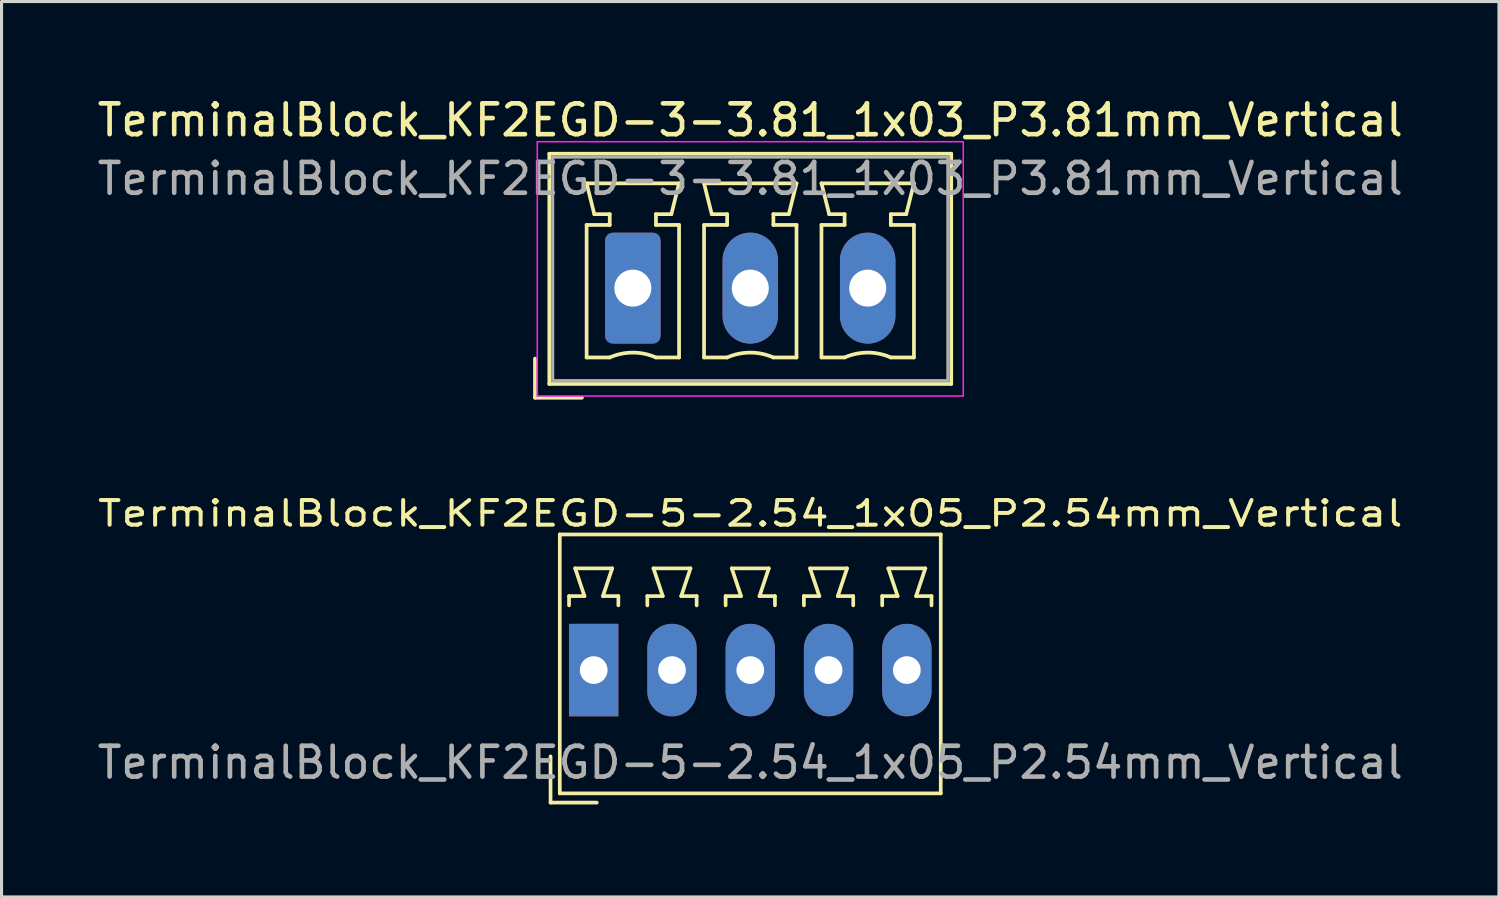
<source format=kicad_pcb>
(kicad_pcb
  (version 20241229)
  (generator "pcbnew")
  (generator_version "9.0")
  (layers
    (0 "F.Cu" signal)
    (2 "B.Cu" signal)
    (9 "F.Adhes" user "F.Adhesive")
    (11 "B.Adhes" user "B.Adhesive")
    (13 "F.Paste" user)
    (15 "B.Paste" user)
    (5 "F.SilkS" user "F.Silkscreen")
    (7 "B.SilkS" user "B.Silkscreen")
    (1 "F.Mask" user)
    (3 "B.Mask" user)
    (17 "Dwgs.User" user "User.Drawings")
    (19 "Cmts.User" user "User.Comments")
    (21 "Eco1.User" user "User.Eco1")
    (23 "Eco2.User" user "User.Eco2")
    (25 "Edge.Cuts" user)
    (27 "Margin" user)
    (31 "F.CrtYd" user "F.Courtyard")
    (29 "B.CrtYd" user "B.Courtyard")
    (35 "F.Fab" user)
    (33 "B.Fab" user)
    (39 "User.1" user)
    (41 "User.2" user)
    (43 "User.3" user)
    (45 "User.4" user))
  (footprint "TerminalBlock_KF2EGD-5-2.54_1x05_P2.54mm_Vertical"
    (layer "F.Cu")
    (at 16.212 18.69)
    (property "Reference" "TerminalBlock_KF2EGD-5-2.54_1x05_P2.54mm_Vertical" (at 5.08 -5.08 0) (layer "F.SilkS") (effects (font (size 0.8 1) (thickness 0.13))))
    (attr through_hole)
    (fp_line (start -1.4 2.8) (end -1.4 4.3) (stroke (width 0.12) (type solid)) (layer "F.SilkS"))
    (fp_line (start -1.4 4.3) (end 0.1 4.3) (stroke (width 0.12) (type solid)) (layer "F.SilkS"))
    (fp_line (start -1.1 -4.4) (end -1.1 4) (stroke (width 0.12) (type solid)) (layer "F.SilkS"))
    (fp_line (start -1.1 4) (end 11.26 4) (stroke (width 0.12) (type solid)) (layer "F.SilkS"))
    (fp_line (start -0.8 -2.4) (end -0.8 -2.1) (stroke (width 0.12) (type solid)) (layer "F.SilkS"))
    (fp_line (start -0.6 -3.3) (end -0.3 -2.4) (stroke (width 0.12) (type solid)) (layer "F.SilkS"))
    (fp_line (start -0.3 -2.4) (end -0.8 -2.4) (stroke (width 0.12) (type solid)) (layer "F.SilkS"))
    (fp_line (start 0.3 -2.4) (end 0.6 -3.3) (stroke (width 0.12) (type solid)) (layer "F.SilkS"))
    (fp_line (start 0.6 -3.3) (end -0.6 -3.3) (stroke (width 0.12) (type solid)) (layer "F.SilkS"))
    (fp_line (start 0.8 -2.4) (end 0.3 -2.4) (stroke (width 0.12) (type solid)) (layer "F.SilkS"))
    (fp_line (start 0.8 -2.1) (end 0.8 -2.4) (stroke (width 0.12) (type solid)) (layer "F.SilkS"))
    (fp_line (start 1.74 -2.4) (end 1.74 -2.1) (stroke (width 0.12) (type solid)) (layer "F.SilkS"))
    (fp_line (start 1.94 -3.3) (end 2.24 -2.4) (stroke (width 0.12) (type solid)) (layer "F.SilkS"))
    (fp_line (start 2.24 -2.4) (end 1.74 -2.4) (stroke (width 0.12) (type solid)) (layer "F.SilkS"))
    (fp_line (start 2.84 -2.4) (end 3.14 -3.3) (stroke (width 0.12) (type solid)) (layer "F.SilkS"))
    (fp_line (start 3.14 -3.3) (end 1.94 -3.3) (stroke (width 0.12) (type solid)) (layer "F.SilkS"))
    (fp_line (start 3.34 -2.4) (end 2.84 -2.4) (stroke (width 0.12) (type solid)) (layer "F.SilkS"))
    (fp_line (start 3.34 -2.1) (end 3.34 -2.4) (stroke (width 0.12) (type solid)) (layer "F.SilkS"))
    (fp_line (start 4.28 -2.4) (end 4.28 -2.1) (stroke (width 0.12) (type solid)) (layer "F.SilkS"))
    (fp_line (start 4.48 -3.3) (end 4.78 -2.4) (stroke (width 0.12) (type solid)) (layer "F.SilkS"))
    (fp_line (start 4.78 -2.4) (end 4.28 -2.4) (stroke (width 0.12) (type solid)) (layer "F.SilkS"))
    (fp_line (start 5.38 -2.4) (end 5.68 -3.3) (stroke (width 0.12) (type solid)) (layer "F.SilkS"))
    (fp_line (start 5.68 -3.3) (end 4.48 -3.3) (stroke (width 0.12) (type solid)) (layer "F.SilkS"))
    (fp_line (start 5.88 -2.4) (end 5.38 -2.4) (stroke (width 0.12) (type solid)) (layer "F.SilkS"))
    (fp_line (start 5.88 -2.1) (end 5.88 -2.4) (stroke (width 0.12) (type solid)) (layer "F.SilkS"))
    (fp_line (start 6.82 -2.4) (end 6.82 -2.1) (stroke (width 0.12) (type solid)) (layer "F.SilkS"))
    (fp_line (start 7.02 -3.3) (end 7.32 -2.4) (stroke (width 0.12) (type solid)) (layer "F.SilkS"))
    (fp_line (start 7.32 -2.4) (end 6.82 -2.4) (stroke (width 0.12) (type solid)) (layer "F.SilkS"))
    (fp_line (start 7.92 -2.4) (end 8.22 -3.3) (stroke (width 0.12) (type solid)) (layer "F.SilkS"))
    (fp_line (start 8.22 -3.3) (end 7.02 -3.3) (stroke (width 0.12) (type solid)) (layer "F.SilkS"))
    (fp_line (start 8.42 -2.4) (end 7.92 -2.4) (stroke (width 0.12) (type solid)) (layer "F.SilkS"))
    (fp_line (start 8.42 -2.1) (end 8.42 -2.4) (stroke (width 0.12) (type solid)) (layer "F.SilkS"))
    (fp_line (start 9.36 -2.4) (end 9.36 -2.1) (stroke (width 0.12) (type solid)) (layer "F.SilkS"))
    (fp_line (start 9.56 -3.3) (end 9.86 -2.4) (stroke (width 0.12) (type solid)) (layer "F.SilkS"))
    (fp_line (start 9.86 -2.4) (end 9.36 -2.4) (stroke (width 0.12) (type solid)) (layer "F.SilkS"))
    (fp_line (start 10.46 -2.4) (end 10.76 -3.3) (stroke (width 0.12) (type solid)) (layer "F.SilkS"))
    (fp_line (start 10.76 -3.3) (end 9.56 -3.3) (stroke (width 0.12) (type solid)) (layer "F.SilkS"))
    (fp_line (start 10.96 -2.4) (end 10.46 -2.4) (stroke (width 0.12) (type solid)) (layer "F.SilkS"))
    (fp_line (start 10.96 -2.1) (end 10.96 -2.4) (stroke (width 0.12) (type solid)) (layer "F.SilkS"))
    (fp_line (start 11.26 -4.4) (end -1.1 -4.4) (stroke (width 0.12) (type solid)) (layer "F.SilkS"))
    (fp_line (start 11.26 4) (end 11.26 -4.4) (stroke (width 0.12) (type solid)) (layer "F.SilkS"))
    (fp_text user "${REFERENCE}" (at 5.08 3 0) (layer "F.Fab") (effects (font (size 1 1) (thickness 0.15))))
    (pad "1" thru_hole rect (at 0 0) (size 1.6 3) (drill 0.9) (layers "*.Cu" "*.Mask"))
    (pad "2" thru_hole oval (at 2.54 0) (size 1.6 3) (drill 0.9) (layers "*.Cu" "*.Mask"))
    (pad "3" thru_hole oval (at 5.08 0) (size 1.6 3) (drill 0.9) (layers "*.Cu" "*.Mask"))
    (pad "4" thru_hole oval (at 7.62 0) (size 1.6 3) (drill 0.9) (layers "*.Cu" "*.Mask"))
    (pad "5" thru_hole oval (at 10.16 0) (size 1.6 3) (drill 0.9) (layers "*.Cu" "*.Mask")))
  (footprint "TerminalBlock_KF2EGD-3-3.81_1x03_P3.81mm_Vertical"
    (layer "F.Cu")
    (at 17.482 6.298)
    (property "Reference" "TerminalBlock_KF2EGD-3-3.81_1x03_P3.81mm_Vertical" (at 3.81 -5.45 0) (layer "F.SilkS") (effects (font (size 1 1) (thickness 0.15))))
    (attr through_hole)
    (fp_line (start -3.175 2.286) (end -3.175 3.556) (stroke (width 0.12) (type solid)) (layer "F.SilkS"))
    (fp_line (start -2.71 -4.36) (end -2.71 3.11) (stroke (width 0.12) (type solid)) (layer "F.SilkS"))
    (fp_line (start -2.71 3.11) (end 10.33 3.11) (stroke (width 0.12) (type solid)) (layer "F.SilkS"))
    (fp_line (start -1.651 3.556) (end -3.175 3.556) (stroke (width 0.12) (type solid)) (layer "F.SilkS"))
    (fp_line (start -1.5 -3.4) (end 1.5 -3.4) (stroke (width 0.12) (type solid)) (layer "F.SilkS"))
    (fp_line (start -1.5 -2.05) (end -0.75 -2.05) (stroke (width 0.12) (type solid)) (layer "F.SilkS"))
    (fp_line (start -1.5 2.25) (end -1.5 -2.05) (stroke (width 0.12) (type solid)) (layer "F.SilkS"))
    (fp_line (start -1.25 -2.4) (end -1.5 -3.4) (stroke (width 0.12) (type solid)) (layer "F.SilkS"))
    (fp_line (start -0.75 -2.4) (end -1.25 -2.4) (stroke (width 0.12) (type solid)) (layer "F.SilkS"))
    (fp_line (start -0.75 -2.05) (end -0.75 -2.4) (stroke (width 0.12) (type solid)) (layer "F.SilkS"))
    (fp_line (start -0.75 2.25) (end -1.5 2.25) (stroke (width 0.12) (type solid)) (layer "F.SilkS"))
    (fp_line (start 0.75 -2.4) (end 0.75 -2.05) (stroke (width 0.12) (type solid)) (layer "F.SilkS"))
    (fp_line (start 0.75 -2.05) (end 1.5 -2.05) (stroke (width 0.12) (type solid)) (layer "F.SilkS"))
    (fp_line (start 1.25 -2.4) (end 0.75 -2.4) (stroke (width 0.12) (type solid)) (layer "F.SilkS"))
    (fp_line (start 1.5 -3.4) (end 1.25 -2.4) (stroke (width 0.12) (type solid)) (layer "F.SilkS"))
    (fp_line (start 1.5 -2.05) (end 1.5 2.25) (stroke (width 0.12) (type solid)) (layer "F.SilkS"))
    (fp_line (start 1.5 2.25) (end 0.75 2.25) (stroke (width 0.12) (type solid)) (layer "F.SilkS"))
    (fp_line (start 2.31 -3.4) (end 5.31 -3.4) (stroke (width 0.12) (type solid)) (layer "F.SilkS"))
    (fp_line (start 2.31 -2.05) (end 3.06 -2.05) (stroke (width 0.12) (type solid)) (layer "F.SilkS"))
    (fp_line (start 2.31 2.25) (end 2.31 -2.05) (stroke (width 0.12) (type solid)) (layer "F.SilkS"))
    (fp_line (start 2.56 -2.4) (end 2.31 -3.4) (stroke (width 0.12) (type solid)) (layer "F.SilkS"))
    (fp_line (start 3.06 -2.4) (end 2.56 -2.4) (stroke (width 0.12) (type solid)) (layer "F.SilkS"))
    (fp_line (start 3.06 -2.05) (end 3.06 -2.4) (stroke (width 0.12) (type solid)) (layer "F.SilkS"))
    (fp_line (start 3.06 2.25) (end 2.31 2.25) (stroke (width 0.12) (type solid)) (layer "F.SilkS"))
    (fp_line (start 4.56 -2.4) (end 4.56 -2.05) (stroke (width 0.12) (type solid)) (layer "F.SilkS"))
    (fp_line (start 4.56 -2.05) (end 5.31 -2.05) (stroke (width 0.12) (type solid)) (layer "F.SilkS"))
    (fp_line (start 5.06 -2.4) (end 4.56 -2.4) (stroke (width 0.12) (type solid)) (layer "F.SilkS"))
    (fp_line (start 5.31 -3.4) (end 5.06 -2.4) (stroke (width 0.12) (type solid)) (layer "F.SilkS"))
    (fp_line (start 5.31 -2.05) (end 5.31 2.25) (stroke (width 0.12) (type solid)) (layer "F.SilkS"))
    (fp_line (start 5.31 2.25) (end 4.56 2.25) (stroke (width 0.12) (type solid)) (layer "F.SilkS"))
    (fp_line (start 6.12 -3.4) (end 9.12 -3.4) (stroke (width 0.12) (type solid)) (layer "F.SilkS"))
    (fp_line (start 6.12 -2.05) (end 6.87 -2.05) (stroke (width 0.12) (type solid)) (layer "F.SilkS"))
    (fp_line (start 6.12 2.25) (end 6.12 -2.05) (stroke (width 0.12) (type solid)) (layer "F.SilkS"))
    (fp_line (start 6.37 -2.4) (end 6.12 -3.4) (stroke (width 0.12) (type solid)) (layer "F.SilkS"))
    (fp_line (start 6.87 -2.4) (end 6.37 -2.4) (stroke (width 0.12) (type solid)) (layer "F.SilkS"))
    (fp_line (start 6.87 -2.05) (end 6.87 -2.4) (stroke (width 0.12) (type solid)) (layer "F.SilkS"))
    (fp_line (start 6.87 2.25) (end 6.12 2.25) (stroke (width 0.12) (type solid)) (layer "F.SilkS"))
    (fp_line (start 8.37 -2.4) (end 8.37 -2.05) (stroke (width 0.12) (type solid)) (layer "F.SilkS"))
    (fp_line (start 8.37 -2.05) (end 9.12 -2.05) (stroke (width 0.12) (type solid)) (layer "F.SilkS"))
    (fp_line (start 8.87 -2.4) (end 8.37 -2.4) (stroke (width 0.12) (type solid)) (layer "F.SilkS"))
    (fp_line (start 9.12 -3.4) (end 8.87 -2.4) (stroke (width 0.12) (type solid)) (layer "F.SilkS"))
    (fp_line (start 9.12 -2.05) (end 9.12 2.25) (stroke (width 0.12) (type solid)) (layer "F.SilkS"))
    (fp_line (start 9.12 2.25) (end 8.37 2.25) (stroke (width 0.12) (type solid)) (layer "F.SilkS"))
    (fp_line (start 10.33 -4.36) (end -2.71 -4.36) (stroke (width 0.12) (type solid)) (layer "F.SilkS"))
    (fp_line (start 10.33 3.11) (end 10.33 -4.36) (stroke (width 0.12) (type solid)) (layer "F.SilkS"))
    (fp_arc (start -0.75 2.25) (mid -0.000193 2.09191) (end 0.749647 2.249844) (stroke (width 0.12) (type solid)) (layer "F.SilkS"))
    (fp_arc (start 3.06 2.25) (mid 3.809807 2.09191) (end 4.559647 2.249844) (stroke (width 0.12) (type solid)) (layer "F.SilkS"))
    (fp_arc (start 6.87 2.25) (mid 7.619807 2.09191) (end 8.369647 2.249844) (stroke (width 0.12) (type solid)) (layer "F.SilkS"))
    (fp_line (start -3.1 -4.75) (end -3.1 3.5) (stroke (width 0.05) (type solid)) (layer "F.CrtYd"))
    (fp_line (start -3.1 3.5) (end 10.72 3.5) (stroke (width 0.05) (type solid)) (layer "F.CrtYd"))
    (fp_line (start 10.72 -4.75) (end -3.1 -4.75) (stroke (width 0.05) (type solid)) (layer "F.CrtYd"))
    (fp_line (start 10.72 3.5) (end 10.72 -4.75) (stroke (width 0.05) (type solid)) (layer "F.CrtYd"))
    (fp_line (start -2.6 -4.25) (end -2.6 3) (stroke (width 0.1) (type solid)) (layer "F.Fab"))
    (fp_line (start -2.6 3) (end 10.22 3) (stroke (width 0.1) (type solid)) (layer "F.Fab"))
    (fp_line (start 10.22 -4.25) (end -2.6 -4.25) (stroke (width 0.1) (type solid)) (layer "F.Fab"))
    (fp_line (start 10.22 3) (end 10.22 -4.25) (stroke (width 0.1) (type solid)) (layer "F.Fab"))
    (fp_text user "${REFERENCE}" (at 3.81 -3.55 0) (layer "F.Fab") (effects (font (size 1 1) (thickness 0.15))))
    (pad "1" thru_hole roundrect (at 0 0) (size 1.8 3.6) (drill 1.2) (layers "*.Cu" "*.Mask") (roundrect_rratio 0.139))
    (pad "2" thru_hole oval (at 3.81 0) (size 1.8 3.6) (drill 1.2) (layers "*.Cu" "*.Mask"))
    (pad "3" thru_hole oval (at 7.62 0) (size 1.8 3.6) (drill 1.2) (layers "*.Cu" "*.Mask")))
  (gr_rect
    (start -3 -3)
    (end 45.583 26.05)
    (stroke (width 0.1) (type default))
    (fill no)
    (layer "Edge.Cuts")))
</source>
